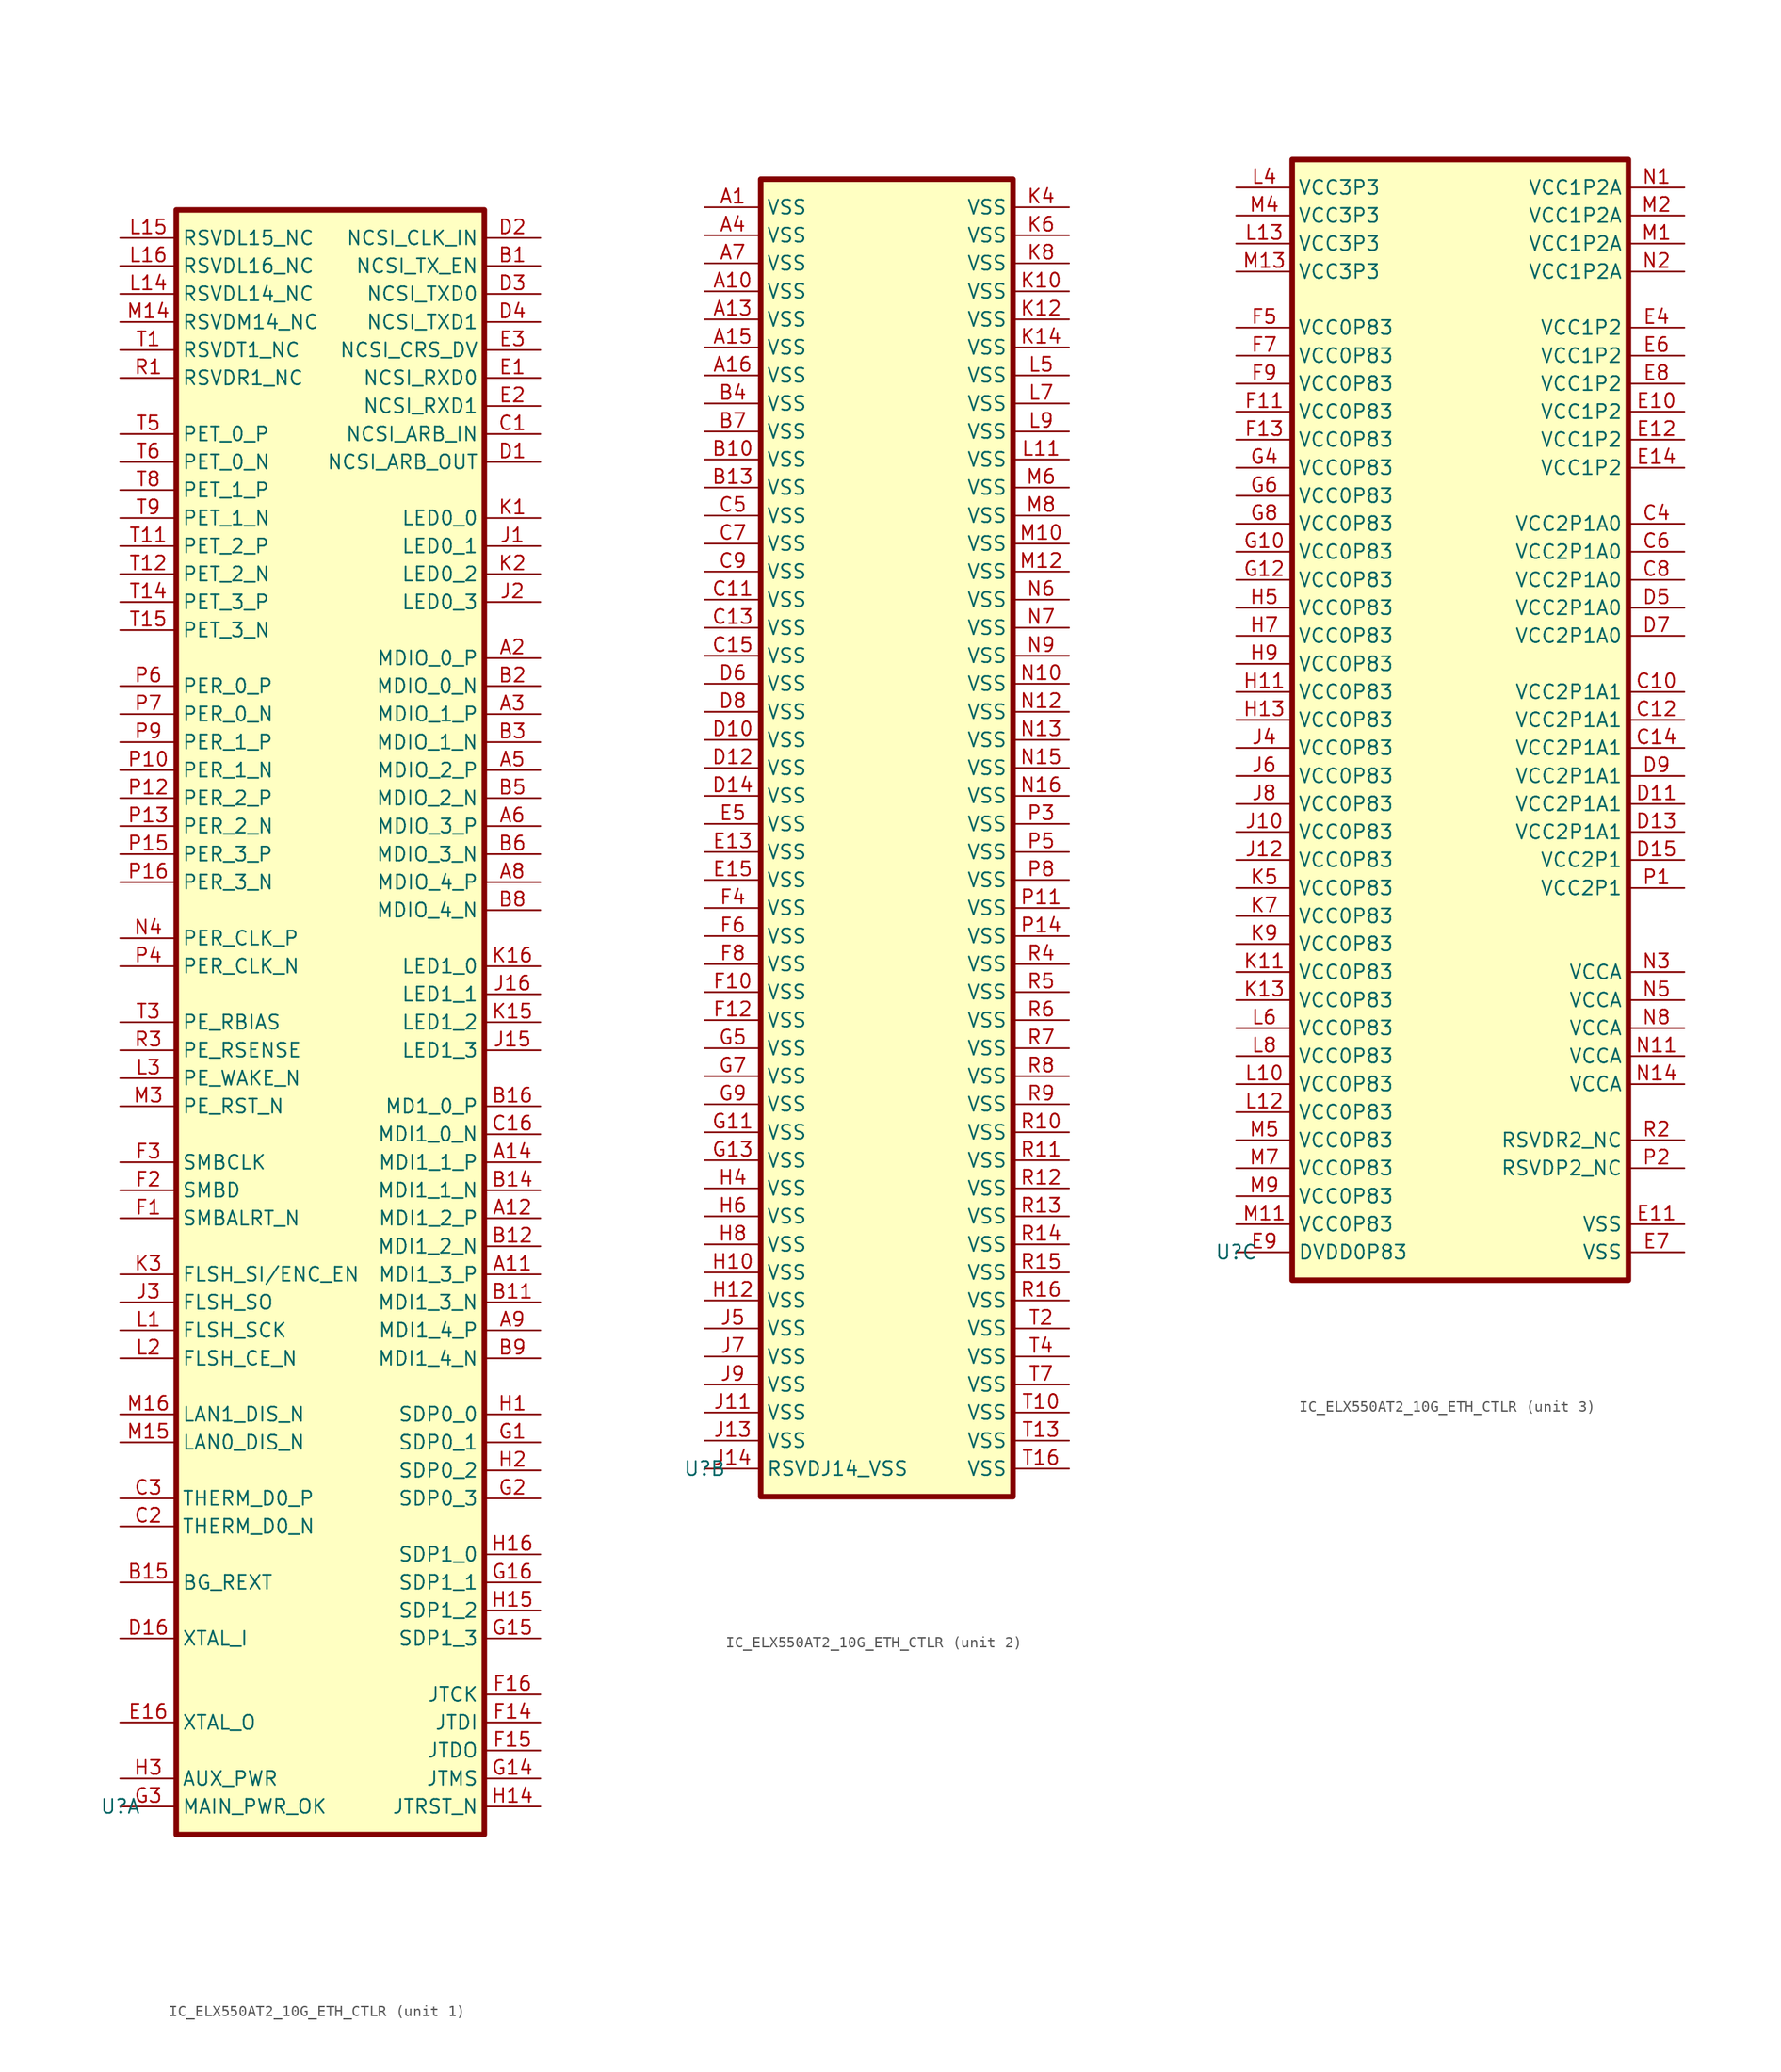
<source format=kicad_sym>
(kicad_symbol_lib
  (version 20241209)
  (generator "kicad_symbol_editor")
  (generator_version "9.0")
  (symbol "IC_ELX550AT2_10G_ETH_CTLR"
    (property "Reference" "U"
      (at 0 0 0)
      (effects (font (size 1.27 1.27))))
    (property "Value" ""
      (at -2.54 -2.54 0)
      (effects (font (size 1.27 1.27))))
    (property "ki_locked" ""
      (at 0 0 0)
      (effects (font (size 1.27 1.27))))
    (symbol "IC_ELX550AT2_10G_ETH_CTLR_1_1"
      (rectangle (start 5.08 144.78) (end 33.02 -2.54) (stroke (width 0.5) (type default)) (fill (type background)))
      (pin passive line (at 0 142.24 0) (length 5.08) (name "RSVDL15_NC" (effects (font (size 1.27 1.27)))) (number "L15" (effects (font (size 1.27 1.27)))))
      (pin passive line (at 0 139.7 0) (length 5.08) (name "RSVDL16_NC" (effects (font (size 1.27 1.27)))) (number "L16" (effects (font (size 1.27 1.27)))))
      (pin passive line (at 0 137.16 0) (length 5.08) (name "RSVDL14_NC" (effects (font (size 1.27 1.27)))) (number "L14" (effects (font (size 1.27 1.27)))))
      (pin passive line (at 0 134.62 0) (length 5.08) (name "RSVDM14_NC" (effects (font (size 1.27 1.27)))) (number "M14" (effects (font (size 1.27 1.27)))))
      (pin passive line (at 0 132.08 0) (length 5.08) (name "RSVDT1_NC" (effects (font (size 1.27 1.27)))) (number "T1" (effects (font (size 1.27 1.27)))))
      (pin passive line (at 0 129.54 0) (length 5.08) (name "RSVDR1_NC" (effects (font (size 1.27 1.27)))) (number "R1" (effects (font (size 1.27 1.27)))))
      (pin passive line (at 0 124.46 0) (length 5.08) (name "PET_0_P" (effects (font (size 1.27 1.27)))) (number "T5" (effects (font (size 1.27 1.27)))))
      (pin passive line (at 0 121.92 0) (length 5.08) (name "PET_0_N" (effects (font (size 1.27 1.27)))) (number "T6" (effects (font (size 1.27 1.27)))))
      (pin passive line (at 0 119.38 0) (length 5.08) (name "PET_1_P" (effects (font (size 1.27 1.27)))) (number "T8" (effects (font (size 1.27 1.27)))))
      (pin passive line (at 0 116.84 0) (length 5.08) (name "PET_1_N" (effects (font (size 1.27 1.27)))) (number "T9" (effects (font (size 1.27 1.27)))))
      (pin passive line (at 0 114.3 0) (length 5.08) (name "PET_2_P" (effects (font (size 1.27 1.27)))) (number "T11" (effects (font (size 1.27 1.27)))))
      (pin passive line (at 0 111.76 0) (length 5.08) (name "PET_2_N" (effects (font (size 1.27 1.27)))) (number "T12" (effects (font (size 1.27 1.27)))))
      (pin passive line (at 0 109.22 0) (length 5.08) (name "PET_3_P" (effects (font (size 1.27 1.27)))) (number "T14" (effects (font (size 1.27 1.27)))))
      (pin passive line (at 0 106.68 0) (length 5.08) (name "PET_3_N" (effects (font (size 1.27 1.27)))) (number "T15" (effects (font (size 1.27 1.27)))))
      (pin passive line (at 0 101.6 0) (length 5.08) (name "PER_0_P" (effects (font (size 1.27 1.27)))) (number "P6" (effects (font (size 1.27 1.27)))))
      (pin passive line (at 0 99.06 0) (length 5.08) (name "PER_0_N" (effects (font (size 1.27 1.27)))) (number "P7" (effects (font (size 1.27 1.27)))))
      (pin passive line (at 0 96.52 0) (length 5.08) (name "PER_1_P" (effects (font (size 1.27 1.27)))) (number "P9" (effects (font (size 1.27 1.27)))))
      (pin passive line (at 0 93.98 0) (length 5.08) (name "PER_1_N" (effects (font (size 1.27 1.27)))) (number "P10" (effects (font (size 1.27 1.27)))))
      (pin passive line (at 0 91.44 0) (length 5.08) (name "PER_2_P" (effects (font (size 1.27 1.27)))) (number "P12" (effects (font (size 1.27 1.27)))))
      (pin passive line (at 0 88.9 0) (length 5.08) (name "PER_2_N" (effects (font (size 1.27 1.27)))) (number "P13" (effects (font (size 1.27 1.27)))))
      (pin passive line (at 0 86.36 0) (length 5.08) (name "PER_3_P" (effects (font (size 1.27 1.27)))) (number "P15" (effects (font (size 1.27 1.27)))))
      (pin passive line (at 0 83.82 0) (length 5.08) (name "PER_3_N" (effects (font (size 1.27 1.27)))) (number "P16" (effects (font (size 1.27 1.27)))))
      (pin passive line (at 0 78.74 0) (length 5.08) (name "PER_CLK_P" (effects (font (size 1.27 1.27)))) (number "N4" (effects (font (size 1.27 1.27)))))
      (pin passive line (at 0 76.2 0) (length 5.08) (name "PER_CLK_N" (effects (font (size 1.27 1.27)))) (number "P4" (effects (font (size 1.27 1.27)))))
      (pin passive line (at 0 71.12 0) (length 5.08) (name "PE_RBIAS" (effects (font (size 1.27 1.27)))) (number "T3" (effects (font (size 1.27 1.27)))))
      (pin passive line (at 0 68.58 0) (length 5.08) (name "PE_RSENSE" (effects (font (size 1.27 1.27)))) (number "R3" (effects (font (size 1.27 1.27)))))
      (pin passive line (at 0 66.04 0) (length 5.08) (name "PE_WAKE_N" (effects (font (size 1.27 1.27)))) (number "L3" (effects (font (size 1.27 1.27)))))
      (pin passive line (at 0 63.5 0) (length 5.08) (name "PE_RST_N" (effects (font (size 1.27 1.27)))) (number "M3" (effects (font (size 1.27 1.27)))))
      (pin passive line (at 0 58.42 0) (length 5.08) (name "SMBCLK" (effects (font (size 1.27 1.27)))) (number "F3" (effects (font (size 1.27 1.27)))))
      (pin passive line (at 0 55.88 0) (length 5.08) (name "SMBD" (effects (font (size 1.27 1.27)))) (number "F2" (effects (font (size 1.27 1.27)))))
      (pin passive line (at 0 53.34 0) (length 5.08) (name "SMBALRT_N" (effects (font (size 1.27 1.27)))) (number "F1" (effects (font (size 1.27 1.27)))))
      (pin passive line (at 0 48.26 0) (length 5.08) (name "FLSH_SI/ENC_EN" (effects (font (size 1.27 1.27)))) (number "K3" (effects (font (size 1.27 1.27)))))
      (pin passive line (at 0 45.72 0) (length 5.08) (name "FLSH_SO" (effects (font (size 1.27 1.27)))) (number "J3" (effects (font (size 1.27 1.27)))))
      (pin passive line (at 0 43.18 0) (length 5.08) (name "FLSH_SCK" (effects (font (size 1.27 1.27)))) (number "L1" (effects (font (size 1.27 1.27)))))
      (pin passive line (at 0 40.64 0) (length 5.08) (name "FLSH_CE_N" (effects (font (size 1.27 1.27)))) (number "L2" (effects (font (size 1.27 1.27)))))
      (pin passive line (at 0 35.56 0) (length 5.08) (name "LAN1_DIS_N" (effects (font (size 1.27 1.27)))) (number "M16" (effects (font (size 1.27 1.27)))))
      (pin passive line (at 0 33.02 0) (length 5.08) (name "LAN0_DIS_N" (effects (font (size 1.27 1.27)))) (number "M15" (effects (font (size 1.27 1.27)))))
      (pin passive line (at 0 27.94 0) (length 5.08) (name "THERM_D0_P" (effects (font (size 1.27 1.27)))) (number "C3" (effects (font (size 1.27 1.27)))))
      (pin passive line (at 0 25.4 0) (length 5.08) (name "THERM_D0_N" (effects (font (size 1.27 1.27)))) (number "C2" (effects (font (size 1.27 1.27)))))
      (pin passive line (at 0 20.32 0) (length 5.08) (name "BG_REXT" (effects (font (size 1.27 1.27)))) (number "B15" (effects (font (size 1.27 1.27)))))
      (pin passive line (at 0 15.24 0) (length 5.08) (name "XTAL_I" (effects (font (size 1.27 1.27)))) (number "D16" (effects (font (size 1.27 1.27)))))
      (pin passive line (at 0 7.62 0) (length 5.08) (name "XTAL_O" (effects (font (size 1.27 1.27)))) (number "E16" (effects (font (size 1.27 1.27)))))
      (pin passive line (at 0 2.54 0) (length 5.08) (name "AUX_PWR" (effects (font (size 1.27 1.27)))) (number "H3" (effects (font (size 1.27 1.27)))))
      (pin passive line (at 0 0 0) (length 5.08) (name "MAIN_PWR_OK" (effects (font (size 1.27 1.27)))) (number "G3" (effects (font (size 1.27 1.27)))))
      (pin passive line (at 38.1 142.24 180) (length 5.08) (name "NCSI_CLK_IN" (effects (font (size 1.27 1.27)))) (number "D2" (effects (font (size 1.27 1.27)))))
      (pin passive line (at 38.1 139.7 180) (length 5.08) (name "NCSI_TX_EN" (effects (font (size 1.27 1.27)))) (number "B1" (effects (font (size 1.27 1.27)))))
      (pin passive line (at 38.1 137.16 180) (length 5.08) (name "NCSI_TXD0" (effects (font (size 1.27 1.27)))) (number "D3" (effects (font (size 1.27 1.27)))))
      (pin passive line (at 38.1 134.62 180) (length 5.08) (name "NCSI_TXD1" (effects (font (size 1.27 1.27)))) (number "D4" (effects (font (size 1.27 1.27)))))
      (pin passive line (at 38.1 132.08 180) (length 5.08) (name "NCSI_CRS_DV" (effects (font (size 1.27 1.27)))) (number "E3" (effects (font (size 1.27 1.27)))))
      (pin passive line (at 38.1 129.54 180) (length 5.08) (name "NCSI_RXD0" (effects (font (size 1.27 1.27)))) (number "E1" (effects (font (size 1.27 1.27)))))
      (pin passive line (at 38.1 127 180) (length 5.08) (name "NCSI_RXD1" (effects (font (size 1.27 1.27)))) (number "E2" (effects (font (size 1.27 1.27)))))
      (pin passive line (at 38.1 124.46 180) (length 5.08) (name "NCSI_ARB_IN" (effects (font (size 1.27 1.27)))) (number "C1" (effects (font (size 1.27 1.27)))))
      (pin passive line (at 38.1 121.92 180) (length 5.08) (name "NCSI_ARB_OUT" (effects (font (size 1.27 1.27)))) (number "D1" (effects (font (size 1.27 1.27)))))
      (pin passive line (at 38.1 116.84 180) (length 5.08) (name "LED0_0" (effects (font (size 1.27 1.27)))) (number "K1" (effects (font (size 1.27 1.27)))))
      (pin passive line (at 38.1 114.3 180) (length 5.08) (name "LED0_1" (effects (font (size 1.27 1.27)))) (number "J1" (effects (font (size 1.27 1.27)))))
      (pin passive line (at 38.1 111.76 180) (length 5.08) (name "LED0_2" (effects (font (size 1.27 1.27)))) (number "K2" (effects (font (size 1.27 1.27)))))
      (pin passive line (at 38.1 109.22 180) (length 5.08) (name "LED0_3" (effects (font (size 1.27 1.27)))) (number "J2" (effects (font (size 1.27 1.27)))))
      (pin passive line (at 38.1 104.14 180) (length 5.08) (name "MDIO_0_P" (effects (font (size 1.27 1.27)))) (number "A2" (effects (font (size 1.27 1.27)))))
      (pin passive line (at 38.1 101.6 180) (length 5.08) (name "MDIO_0_N" (effects (font (size 1.27 1.27)))) (number "B2" (effects (font (size 1.27 1.27)))))
      (pin passive line (at 38.1 99.06 180) (length 5.08) (name "MDIO_1_P" (effects (font (size 1.27 1.27)))) (number "A3" (effects (font (size 1.27 1.27)))))
      (pin passive line (at 38.1 96.52 180) (length 5.08) (name "MDIO_1_N" (effects (font (size 1.27 1.27)))) (number "B3" (effects (font (size 1.27 1.27)))))
      (pin passive line (at 38.1 93.98 180) (length 5.08) (name "MDIO_2_P" (effects (font (size 1.27 1.27)))) (number "A5" (effects (font (size 1.27 1.27)))))
      (pin passive line (at 38.1 91.44 180) (length 5.08) (name "MDIO_2_N" (effects (font (size 1.27 1.27)))) (number "B5" (effects (font (size 1.27 1.27)))))
      (pin passive line (at 38.1 88.9 180) (length 5.08) (name "MDIO_3_P" (effects (font (size 1.27 1.27)))) (number "A6" (effects (font (size 1.27 1.27)))))
      (pin passive line (at 38.1 86.36 180) (length 5.08) (name "MDIO_3_N" (effects (font (size 1.27 1.27)))) (number "B6" (effects (font (size 1.27 1.27)))))
      (pin passive line (at 38.1 83.82 180) (length 5.08) (name "MDIO_4_P" (effects (font (size 1.27 1.27)))) (number "A8" (effects (font (size 1.27 1.27)))))
      (pin passive line (at 38.1 81.28 180) (length 5.08) (name "MDIO_4_N" (effects (font (size 1.27 1.27)))) (number "B8" (effects (font (size 1.27 1.27)))))
      (pin passive line (at 38.1 76.2 180) (length 5.08) (name "LED1_0" (effects (font (size 1.27 1.27)))) (number "K16" (effects (font (size 1.27 1.27)))))
      (pin passive line (at 38.1 73.66 180) (length 5.08) (name "LED1_1" (effects (font (size 1.27 1.27)))) (number "J16" (effects (font (size 1.27 1.27)))))
      (pin passive line (at 38.1 71.12 180) (length 5.08) (name "LED1_2" (effects (font (size 1.27 1.27)))) (number "K15" (effects (font (size 1.27 1.27)))))
      (pin passive line (at 38.1 68.58 180) (length 5.08) (name "LED1_3" (effects (font (size 1.27 1.27)))) (number "J15" (effects (font (size 1.27 1.27)))))
      (pin passive line (at 38.1 63.5 180) (length 5.08) (name "MD1_0_P" (effects (font (size 1.27 1.27)))) (number "B16" (effects (font (size 1.27 1.27)))))
      (pin passive line (at 38.1 60.96 180) (length 5.08) (name "MDI1_0_N" (effects (font (size 1.27 1.27)))) (number "C16" (effects (font (size 1.27 1.27)))))
      (pin passive line (at 38.1 58.42 180) (length 5.08) (name "MDI1_1_P" (effects (font (size 1.27 1.27)))) (number "A14" (effects (font (size 1.27 1.27)))))
      (pin passive line (at 38.1 55.88 180) (length 5.08) (name "MDI1_1_N" (effects (font (size 1.27 1.27)))) (number "B14" (effects (font (size 1.27 1.27)))))
      (pin passive line (at 38.1 53.34 180) (length 5.08) (name "MDI1_2_P" (effects (font (size 1.27 1.27)))) (number "A12" (effects (font (size 1.27 1.27)))))
      (pin passive line (at 38.1 50.8 180) (length 5.08) (name "MDI1_2_N" (effects (font (size 1.27 1.27)))) (number "B12" (effects (font (size 1.27 1.27)))))
      (pin passive line (at 38.1 48.26 180) (length 5.08) (name "MDI1_3_P" (effects (font (size 1.27 1.27)))) (number "A11" (effects (font (size 1.27 1.27)))))
      (pin passive line (at 38.1 45.72 180) (length 5.08) (name "MDI1_3_N" (effects (font (size 1.27 1.27)))) (number "B11" (effects (font (size 1.27 1.27)))))
      (pin passive line (at 38.1 43.18 180) (length 5.08) (name "MDI1_4_P" (effects (font (size 1.27 1.27)))) (number "A9" (effects (font (size 1.27 1.27)))))
      (pin passive line (at 38.1 40.64 180) (length 5.08) (name "MDI1_4_N" (effects (font (size 1.27 1.27)))) (number "B9" (effects (font (size 1.27 1.27)))))
      (pin passive line (at 38.1 35.56 180) (length 5.08) (name "SDP0_0" (effects (font (size 1.27 1.27)))) (number "H1" (effects (font (size 1.27 1.27)))))
      (pin passive line (at 38.1 33.02 180) (length 5.08) (name "SDP0_1" (effects (font (size 1.27 1.27)))) (number "G1" (effects (font (size 1.27 1.27)))))
      (pin passive line (at 38.1 30.48 180) (length 5.08) (name "SDP0_2" (effects (font (size 1.27 1.27)))) (number "H2" (effects (font (size 1.27 1.27)))))
      (pin passive line (at 38.1 27.94 180) (length 5.08) (name "SDP0_3" (effects (font (size 1.27 1.27)))) (number "G2" (effects (font (size 1.27 1.27)))))
      (pin passive line (at 38.1 22.86 180) (length 5.08) (name "SDP1_0" (effects (font (size 1.27 1.27)))) (number "H16" (effects (font (size 1.27 1.27)))))
      (pin passive line (at 38.1 20.32 180) (length 5.08) (name "SDP1_1" (effects (font (size 1.27 1.27)))) (number "G16" (effects (font (size 1.27 1.27)))))
      (pin passive line (at 38.1 17.78 180) (length 5.08) (name "SDP1_2" (effects (font (size 1.27 1.27)))) (number "H15" (effects (font (size 1.27 1.27)))))
      (pin passive line (at 38.1 15.24 180) (length 5.08) (name "SDP1_3" (effects (font (size 1.27 1.27)))) (number "G15" (effects (font (size 1.27 1.27)))))
      (pin passive line (at 38.1 10.16 180) (length 5.08) (name "JTCK" (effects (font (size 1.27 1.27)))) (number "F16" (effects (font (size 1.27 1.27)))))
      (pin passive line (at 38.1 7.62 180) (length 5.08) (name "JTDI" (effects (font (size 1.27 1.27)))) (number "F14" (effects (font (size 1.27 1.27)))))
      (pin passive line (at 38.1 5.08 180) (length 5.08) (name "JTDO" (effects (font (size 1.27 1.27)))) (number "F15" (effects (font (size 1.27 1.27)))))
      (pin passive line (at 38.1 2.54 180) (length 5.08) (name "JTMS" (effects (font (size 1.27 1.27)))) (number "G14" (effects (font (size 1.27 1.27)))))
      (pin passive line (at 38.1 0 180) (length 5.08) (name "JTRST_N" (effects (font (size 1.27 1.27)))) (number "H14" (effects (font (size 1.27 1.27))))))
    (symbol "IC_ELX550AT2_10G_ETH_CTLR_2_1"
      (rectangle (start 5.08 116.84) (end 27.94 -2.54) (stroke (width 0.5) (type default)) (fill (type background)))
      (pin passive line (at 0 114.3 0) (length 5.08) (name "VSS" (effects (font (size 1.27 1.27)))) (number "A1" (effects (font (size 1.27 1.27)))))
      (pin passive line (at 0 111.76 0) (length 5.08) (name "VSS" (effects (font (size 1.27 1.27)))) (number "A4" (effects (font (size 1.27 1.27)))))
      (pin passive line (at 0 109.22 0) (length 5.08) (name "VSS" (effects (font (size 1.27 1.27)))) (number "A7" (effects (font (size 1.27 1.27)))))
      (pin passive line (at 0 106.68 0) (length 5.08) (name "VSS" (effects (font (size 1.27 1.27)))) (number "A10" (effects (font (size 1.27 1.27)))))
      (pin passive line (at 0 104.14 0) (length 5.08) (name "VSS" (effects (font (size 1.27 1.27)))) (number "A13" (effects (font (size 1.27 1.27)))))
      (pin passive line (at 0 101.6 0) (length 5.08) (name "VSS" (effects (font (size 1.27 1.27)))) (number "A15" (effects (font (size 1.27 1.27)))))
      (pin passive line (at 0 99.06 0) (length 5.08) (name "VSS" (effects (font (size 1.27 1.27)))) (number "A16" (effects (font (size 1.27 1.27)))))
      (pin passive line (at 0 96.52 0) (length 5.08) (name "VSS" (effects (font (size 1.27 1.27)))) (number "B4" (effects (font (size 1.27 1.27)))))
      (pin passive line (at 0 93.98 0) (length 5.08) (name "VSS" (effects (font (size 1.27 1.27)))) (number "B7" (effects (font (size 1.27 1.27)))))
      (pin passive line (at 0 91.44 0) (length 5.08) (name "VSS" (effects (font (size 1.27 1.27)))) (number "B10" (effects (font (size 1.27 1.27)))))
      (pin passive line (at 0 88.9 0) (length 5.08) (name "VSS" (effects (font (size 1.27 1.27)))) (number "B13" (effects (font (size 1.27 1.27)))))
      (pin passive line (at 0 86.36 0) (length 5.08) (name "VSS" (effects (font (size 1.27 1.27)))) (number "C5" (effects (font (size 1.27 1.27)))))
      (pin passive line (at 0 83.82 0) (length 5.08) (name "VSS" (effects (font (size 1.27 1.27)))) (number "C7" (effects (font (size 1.27 1.27)))))
      (pin passive line (at 0 81.28 0) (length 5.08) (name "VSS" (effects (font (size 1.27 1.27)))) (number "C9" (effects (font (size 1.27 1.27)))))
      (pin passive line (at 0 78.74 0) (length 5.08) (name "VSS" (effects (font (size 1.27 1.27)))) (number "C11" (effects (font (size 1.27 1.27)))))
      (pin passive line (at 0 76.2 0) (length 5.08) (name "VSS" (effects (font (size 1.27 1.27)))) (number "C13" (effects (font (size 1.27 1.27)))))
      (pin passive line (at 0 73.66 0) (length 5.08) (name "VSS" (effects (font (size 1.27 1.27)))) (number "C15" (effects (font (size 1.27 1.27)))))
      (pin passive line (at 0 71.12 0) (length 5.08) (name "VSS" (effects (font (size 1.27 1.27)))) (number "D6" (effects (font (size 1.27 1.27)))))
      (pin passive line (at 0 68.58 0) (length 5.08) (name "VSS" (effects (font (size 1.27 1.27)))) (number "D8" (effects (font (size 1.27 1.27)))))
      (pin passive line (at 0 66.04 0) (length 5.08) (name "VSS" (effects (font (size 1.27 1.27)))) (number "D10" (effects (font (size 1.27 1.27)))))
      (pin passive line (at 0 63.5 0) (length 5.08) (name "VSS" (effects (font (size 1.27 1.27)))) (number "D12" (effects (font (size 1.27 1.27)))))
      (pin passive line (at 0 60.96 0) (length 5.08) (name "VSS" (effects (font (size 1.27 1.27)))) (number "D14" (effects (font (size 1.27 1.27)))))
      (pin passive line (at 0 58.42 0) (length 5.08) (name "VSS" (effects (font (size 1.27 1.27)))) (number "E5" (effects (font (size 1.27 1.27)))))
      (pin passive line (at 0 55.88 0) (length 5.08) (name "VSS" (effects (font (size 1.27 1.27)))) (number "E13" (effects (font (size 1.27 1.27)))))
      (pin passive line (at 0 53.34 0) (length 5.08) (name "VSS" (effects (font (size 1.27 1.27)))) (number "E15" (effects (font (size 1.27 1.27)))))
      (pin passive line (at 0 50.8 0) (length 5.08) (name "VSS" (effects (font (size 1.27 1.27)))) (number "F4" (effects (font (size 1.27 1.27)))))
      (pin passive line (at 0 48.26 0) (length 5.08) (name "VSS" (effects (font (size 1.27 1.27)))) (number "F6" (effects (font (size 1.27 1.27)))))
      (pin passive line (at 0 45.72 0) (length 5.08) (name "VSS" (effects (font (size 1.27 1.27)))) (number "F8" (effects (font (size 1.27 1.27)))))
      (pin passive line (at 0 43.18 0) (length 5.08) (name "VSS" (effects (font (size 1.27 1.27)))) (number "F10" (effects (font (size 1.27 1.27)))))
      (pin passive line (at 0 40.64 0) (length 5.08) (name "VSS" (effects (font (size 1.27 1.27)))) (number "F12" (effects (font (size 1.27 1.27)))))
      (pin passive line (at 0 38.1 0) (length 5.08) (name "VSS" (effects (font (size 1.27 1.27)))) (number "G5" (effects (font (size 1.27 1.27)))))
      (pin passive line (at 0 35.56 0) (length 5.08) (name "VSS" (effects (font (size 1.27 1.27)))) (number "G7" (effects (font (size 1.27 1.27)))))
      (pin passive line (at 0 33.02 0) (length 5.08) (name "VSS" (effects (font (size 1.27 1.27)))) (number "G9" (effects (font (size 1.27 1.27)))))
      (pin passive line (at 0 30.48 0) (length 5.08) (name "VSS" (effects (font (size 1.27 1.27)))) (number "G11" (effects (font (size 1.27 1.27)))))
      (pin passive line (at 0 27.94 0) (length 5.08) (name "VSS" (effects (font (size 1.27 1.27)))) (number "G13" (effects (font (size 1.27 1.27)))))
      (pin passive line (at 0 25.4 0) (length 5.08) (name "VSS" (effects (font (size 1.27 1.27)))) (number "H4" (effects (font (size 1.27 1.27)))))
      (pin passive line (at 0 22.86 0) (length 5.08) (name "VSS" (effects (font (size 1.27 1.27)))) (number "H6" (effects (font (size 1.27 1.27)))))
      (pin passive line (at 0 20.32 0) (length 5.08) (name "VSS" (effects (font (size 1.27 1.27)))) (number "H8" (effects (font (size 1.27 1.27)))))
      (pin passive line (at 0 17.78 0) (length 5.08) (name "VSS" (effects (font (size 1.27 1.27)))) (number "H10" (effects (font (size 1.27 1.27)))))
      (pin passive line (at 0 15.24 0) (length 5.08) (name "VSS" (effects (font (size 1.27 1.27)))) (number "H12" (effects (font (size 1.27 1.27)))))
      (pin passive line (at 0 12.7 0) (length 5.08) (name "VSS" (effects (font (size 1.27 1.27)))) (number "J5" (effects (font (size 1.27 1.27)))))
      (pin passive line (at 0 10.16 0) (length 5.08) (name "VSS" (effects (font (size 1.27 1.27)))) (number "J7" (effects (font (size 1.27 1.27)))))
      (pin passive line (at 0 7.62 0) (length 5.08) (name "VSS" (effects (font (size 1.27 1.27)))) (number "J9" (effects (font (size 1.27 1.27)))))
      (pin passive line (at 0 5.08 0) (length 5.08) (name "VSS" (effects (font (size 1.27 1.27)))) (number "J11" (effects (font (size 1.27 1.27)))))
      (pin passive line (at 0 2.54 0) (length 5.08) (name "VSS" (effects (font (size 1.27 1.27)))) (number "J13" (effects (font (size 1.27 1.27)))))
      (pin passive line (at 0 0 0) (length 5.08) (name "RSVDJ14_VSS" (effects (font (size 1.27 1.27)))) (number "J14" (effects (font (size 1.27 1.27)))))
      (pin passive line (at 33.02 114.3 180) (length 5.08) (name "VSS" (effects (font (size 1.27 1.27)))) (number "K4" (effects (font (size 1.27 1.27)))))
      (pin passive line (at 33.02 111.76 180) (length 5.08) (name "VSS" (effects (font (size 1.27 1.27)))) (number "K6" (effects (font (size 1.27 1.27)))))
      (pin passive line (at 33.02 109.22 180) (length 5.08) (name "VSS" (effects (font (size 1.27 1.27)))) (number "K8" (effects (font (size 1.27 1.27)))))
      (pin passive line (at 33.02 106.68 180) (length 5.08) (name "VSS" (effects (font (size 1.27 1.27)))) (number "K10" (effects (font (size 1.27 1.27)))))
      (pin passive line (at 33.02 104.14 180) (length 5.08) (name "VSS" (effects (font (size 1.27 1.27)))) (number "K12" (effects (font (size 1.27 1.27)))))
      (pin passive line (at 33.02 101.6 180) (length 5.08) (name "VSS" (effects (font (size 1.27 1.27)))) (number "K14" (effects (font (size 1.27 1.27)))))
      (pin passive line (at 33.02 99.06 180) (length 5.08) (name "VSS" (effects (font (size 1.27 1.27)))) (number "L5" (effects (font (size 1.27 1.27)))))
      (pin passive line (at 33.02 96.52 180) (length 5.08) (name "VSS" (effects (font (size 1.27 1.27)))) (number "L7" (effects (font (size 1.27 1.27)))))
      (pin passive line (at 33.02 93.98 180) (length 5.08) (name "VSS" (effects (font (size 1.27 1.27)))) (number "L9" (effects (font (size 1.27 1.27)))))
      (pin passive line (at 33.02 91.44 180) (length 5.08) (name "VSS" (effects (font (size 1.27 1.27)))) (number "L11" (effects (font (size 1.27 1.27)))))
      (pin passive line (at 33.02 88.9 180) (length 5.08) (name "VSS" (effects (font (size 1.27 1.27)))) (number "M6" (effects (font (size 1.27 1.27)))))
      (pin passive line (at 33.02 86.36 180) (length 5.08) (name "VSS" (effects (font (size 1.27 1.27)))) (number "M8" (effects (font (size 1.27 1.27)))))
      (pin passive line (at 33.02 83.82 180) (length 5.08) (name "VSS" (effects (font (size 1.27 1.27)))) (number "M10" (effects (font (size 1.27 1.27)))))
      (pin passive line (at 33.02 81.28 180) (length 5.08) (name "VSS" (effects (font (size 1.27 1.27)))) (number "M12" (effects (font (size 1.27 1.27)))))
      (pin passive line (at 33.02 78.74 180) (length 5.08) (name "VSS" (effects (font (size 1.27 1.27)))) (number "N6" (effects (font (size 1.27 1.27)))))
      (pin passive line (at 33.02 76.2 180) (length 5.08) (name "VSS" (effects (font (size 1.27 1.27)))) (number "N7" (effects (font (size 1.27 1.27)))))
      (pin passive line (at 33.02 73.66 180) (length 5.08) (name "VSS" (effects (font (size 1.27 1.27)))) (number "N9" (effects (font (size 1.27 1.27)))))
      (pin passive line (at 33.02 71.12 180) (length 5.08) (name "VSS" (effects (font (size 1.27 1.27)))) (number "N10" (effects (font (size 1.27 1.27)))))
      (pin passive line (at 33.02 68.58 180) (length 5.08) (name "VSS" (effects (font (size 1.27 1.27)))) (number "N12" (effects (font (size 1.27 1.27)))))
      (pin passive line (at 33.02 66.04 180) (length 5.08) (name "VSS" (effects (font (size 1.27 1.27)))) (number "N13" (effects (font (size 1.27 1.27)))))
      (pin passive line (at 33.02 63.5 180) (length 5.08) (name "VSS" (effects (font (size 1.27 1.27)))) (number "N15" (effects (font (size 1.27 1.27)))))
      (pin passive line (at 33.02 60.96 180) (length 5.08) (name "VSS" (effects (font (size 1.27 1.27)))) (number "N16" (effects (font (size 1.27 1.27)))))
      (pin passive line (at 33.02 58.42 180) (length 5.08) (name "VSS" (effects (font (size 1.27 1.27)))) (number "P3" (effects (font (size 1.27 1.27)))))
      (pin passive line (at 33.02 55.88 180) (length 5.08) (name "VSS" (effects (font (size 1.27 1.27)))) (number "P5" (effects (font (size 1.27 1.27)))))
      (pin passive line (at 33.02 53.34 180) (length 5.08) (name "VSS" (effects (font (size 1.27 1.27)))) (number "P8" (effects (font (size 1.27 1.27)))))
      (pin passive line (at 33.02 50.8 180) (length 5.08) (name "VSS" (effects (font (size 1.27 1.27)))) (number "P11" (effects (font (size 1.27 1.27)))))
      (pin passive line (at 33.02 48.26 180) (length 5.08) (name "VSS" (effects (font (size 1.27 1.27)))) (number "P14" (effects (font (size 1.27 1.27)))))
      (pin passive line (at 33.02 45.72 180) (length 5.08) (name "VSS" (effects (font (size 1.27 1.27)))) (number "R4" (effects (font (size 1.27 1.27)))))
      (pin passive line (at 33.02 43.18 180) (length 5.08) (name "VSS" (effects (font (size 1.27 1.27)))) (number "R5" (effects (font (size 1.27 1.27)))))
      (pin passive line (at 33.02 40.64 180) (length 5.08) (name "VSS" (effects (font (size 1.27 1.27)))) (number "R6" (effects (font (size 1.27 1.27)))))
      (pin passive line (at 33.02 38.1 180) (length 5.08) (name "VSS" (effects (font (size 1.27 1.27)))) (number "R7" (effects (font (size 1.27 1.27)))))
      (pin passive line (at 33.02 35.56 180) (length 5.08) (name "VSS" (effects (font (size 1.27 1.27)))) (number "R8" (effects (font (size 1.27 1.27)))))
      (pin passive line (at 33.02 33.02 180) (length 5.08) (name "VSS" (effects (font (size 1.27 1.27)))) (number "R9" (effects (font (size 1.27 1.27)))))
      (pin passive line (at 33.02 30.48 180) (length 5.08) (name "VSS" (effects (font (size 1.27 1.27)))) (number "R10" (effects (font (size 1.27 1.27)))))
      (pin passive line (at 33.02 27.94 180) (length 5.08) (name "VSS" (effects (font (size 1.27 1.27)))) (number "R11" (effects (font (size 1.27 1.27)))))
      (pin passive line (at 33.02 25.4 180) (length 5.08) (name "VSS" (effects (font (size 1.27 1.27)))) (number "R12" (effects (font (size 1.27 1.27)))))
      (pin passive line (at 33.02 22.86 180) (length 5.08) (name "VSS" (effects (font (size 1.27 1.27)))) (number "R13" (effects (font (size 1.27 1.27)))))
      (pin passive line (at 33.02 20.32 180) (length 5.08) (name "VSS" (effects (font (size 1.27 1.27)))) (number "R14" (effects (font (size 1.27 1.27)))))
      (pin passive line (at 33.02 17.78 180) (length 5.08) (name "VSS" (effects (font (size 1.27 1.27)))) (number "R15" (effects (font (size 1.27 1.27)))))
      (pin passive line (at 33.02 15.24 180) (length 5.08) (name "VSS" (effects (font (size 1.27 1.27)))) (number "R16" (effects (font (size 1.27 1.27)))))
      (pin passive line (at 33.02 12.7 180) (length 5.08) (name "VSS" (effects (font (size 1.27 1.27)))) (number "T2" (effects (font (size 1.27 1.27)))))
      (pin passive line (at 33.02 10.16 180) (length 5.08) (name "VSS" (effects (font (size 1.27 1.27)))) (number "T4" (effects (font (size 1.27 1.27)))))
      (pin passive line (at 33.02 7.62 180) (length 5.08) (name "VSS" (effects (font (size 1.27 1.27)))) (number "T7" (effects (font (size 1.27 1.27)))))
      (pin passive line (at 33.02 5.08 180) (length 5.08) (name "VSS" (effects (font (size 1.27 1.27)))) (number "T10" (effects (font (size 1.27 1.27)))))
      (pin passive line (at 33.02 2.54 180) (length 5.08) (name "VSS" (effects (font (size 1.27 1.27)))) (number "T13" (effects (font (size 1.27 1.27)))))
      (pin passive line (at 33.02 0 180) (length 5.08) (name "VSS" (effects (font (size 1.27 1.27)))) (number "T16" (effects (font (size 1.27 1.27))))))
    (symbol "IC_ELX550AT2_10G_ETH_CTLR_3_1"
      (rectangle (start 5.08 99.06) (end 35.56 -2.54) (stroke (width 0.5) (type default)) (fill (type background)))
      (pin passive line (at 0 96.52 0) (length 5.08) (name "VCC3P3" (effects (font (size 1.27 1.27)))) (number "L4" (effects (font (size 1.27 1.27)))))
      (pin passive line (at 0 93.98 0) (length 5.08) (name "VCC3P3" (effects (font (size 1.27 1.27)))) (number "M4" (effects (font (size 1.27 1.27)))))
      (pin passive line (at 0 91.44 0) (length 5.08) (name "VCC3P3" (effects (font (size 1.27 1.27)))) (number "L13" (effects (font (size 1.27 1.27)))))
      (pin passive line (at 0 88.9 0) (length 5.08) (name "VCC3P3" (effects (font (size 1.27 1.27)))) (number "M13" (effects (font (size 1.27 1.27)))))
      (pin passive line (at 0 83.82 0) (length 5.08) (name "VCC0P83" (effects (font (size 1.27 1.27)))) (number "F5" (effects (font (size 1.27 1.27)))))
      (pin passive line (at 0 81.28 0) (length 5.08) (name "VCC0P83" (effects (font (size 1.27 1.27)))) (number "F7" (effects (font (size 1.27 1.27)))))
      (pin passive line (at 0 78.74 0) (length 5.08) (name "VCC0P83" (effects (font (size 1.27 1.27)))) (number "F9" (effects (font (size 1.27 1.27)))))
      (pin passive line (at 0 76.2 0) (length 5.08) (name "VCC0P83" (effects (font (size 1.27 1.27)))) (number "F11" (effects (font (size 1.27 1.27)))))
      (pin passive line (at 0 73.66 0) (length 5.08) (name "VCC0P83" (effects (font (size 1.27 1.27)))) (number "F13" (effects (font (size 1.27 1.27)))))
      (pin passive line (at 0 71.12 0) (length 5.08) (name "VCC0P83" (effects (font (size 1.27 1.27)))) (number "G4" (effects (font (size 1.27 1.27)))))
      (pin passive line (at 0 68.58 0) (length 5.08) (name "VCC0P83" (effects (font (size 1.27 1.27)))) (number "G6" (effects (font (size 1.27 1.27)))))
      (pin passive line (at 0 66.04 0) (length 5.08) (name "VCC0P83" (effects (font (size 1.27 1.27)))) (number "G8" (effects (font (size 1.27 1.27)))))
      (pin passive line (at 0 63.5 0) (length 5.08) (name "VCC0P83" (effects (font (size 1.27 1.27)))) (number "G10" (effects (font (size 1.27 1.27)))))
      (pin passive line (at 0 60.96 0) (length 5.08) (name "VCC0P83" (effects (font (size 1.27 1.27)))) (number "G12" (effects (font (size 1.27 1.27)))))
      (pin passive line (at 0 58.42 0) (length 5.08) (name "VCC0P83" (effects (font (size 1.27 1.27)))) (number "H5" (effects (font (size 1.27 1.27)))))
      (pin passive line (at 0 55.88 0) (length 5.08) (name "VCC0P83" (effects (font (size 1.27 1.27)))) (number "H7" (effects (font (size 1.27 1.27)))))
      (pin passive line (at 0 53.34 0) (length 5.08) (name "VCC0P83" (effects (font (size 1.27 1.27)))) (number "H9" (effects (font (size 1.27 1.27)))))
      (pin passive line (at 0 50.8 0) (length 5.08) (name "VCC0P83" (effects (font (size 1.27 1.27)))) (number "H11" (effects (font (size 1.27 1.27)))))
      (pin passive line (at 0 48.26 0) (length 5.08) (name "VCC0P83" (effects (font (size 1.27 1.27)))) (number "H13" (effects (font (size 1.27 1.27)))))
      (pin passive line (at 0 45.72 0) (length 5.08) (name "VCC0P83" (effects (font (size 1.27 1.27)))) (number "J4" (effects (font (size 1.27 1.27)))))
      (pin passive line (at 0 43.18 0) (length 5.08) (name "VCC0P83" (effects (font (size 1.27 1.27)))) (number "J6" (effects (font (size 1.27 1.27)))))
      (pin passive line (at 0 40.64 0) (length 5.08) (name "VCC0P83" (effects (font (size 1.27 1.27)))) (number "J8" (effects (font (size 1.27 1.27)))))
      (pin passive line (at 0 38.1 0) (length 5.08) (name "VCC0P83" (effects (font (size 1.27 1.27)))) (number "J10" (effects (font (size 1.27 1.27)))))
      (pin passive line (at 0 35.56 0) (length 5.08) (name "VCC0P83" (effects (font (size 1.27 1.27)))) (number "J12" (effects (font (size 1.27 1.27)))))
      (pin passive line (at 0 33.02 0) (length 5.08) (name "VCC0P83" (effects (font (size 1.27 1.27)))) (number "K5" (effects (font (size 1.27 1.27)))))
      (pin passive line (at 0 30.48 0) (length 5.08) (name "VCC0P83" (effects (font (size 1.27 1.27)))) (number "K7" (effects (font (size 1.27 1.27)))))
      (pin passive line (at 0 27.94 0) (length 5.08) (name "VCC0P83" (effects (font (size 1.27 1.27)))) (number "K9" (effects (font (size 1.27 1.27)))))
      (pin passive line (at 0 25.4 0) (length 5.08) (name "VCC0P83" (effects (font (size 1.27 1.27)))) (number "K11" (effects (font (size 1.27 1.27)))))
      (pin passive line (at 0 22.86 0) (length 5.08) (name "VCC0P83" (effects (font (size 1.27 1.27)))) (number "K13" (effects (font (size 1.27 1.27)))))
      (pin passive line (at 0 20.32 0) (length 5.08) (name "VCC0P83" (effects (font (size 1.27 1.27)))) (number "L6" (effects (font (size 1.27 1.27)))))
      (pin passive line (at 0 17.78 0) (length 5.08) (name "VCC0P83" (effects (font (size 1.27 1.27)))) (number "L8" (effects (font (size 1.27 1.27)))))
      (pin passive line (at 0 15.24 0) (length 5.08) (name "VCC0P83" (effects (font (size 1.27 1.27)))) (number "L10" (effects (font (size 1.27 1.27)))))
      (pin passive line (at 0 12.7 0) (length 5.08) (name "VCC0P83" (effects (font (size 1.27 1.27)))) (number "L12" (effects (font (size 1.27 1.27)))))
      (pin passive line (at 0 10.16 0) (length 5.08) (name "VCC0P83" (effects (font (size 1.27 1.27)))) (number "M5" (effects (font (size 1.27 1.27)))))
      (pin passive line (at 0 7.62 0) (length 5.08) (name "VCC0P83" (effects (font (size 1.27 1.27)))) (number "M7" (effects (font (size 1.27 1.27)))))
      (pin passive line (at 0 5.08 0) (length 5.08) (name "VCC0P83" (effects (font (size 1.27 1.27)))) (number "M9" (effects (font (size 1.27 1.27)))))
      (pin passive line (at 0 2.54 0) (length 5.08) (name "VCC0P83" (effects (font (size 1.27 1.27)))) (number "M11" (effects (font (size 1.27 1.27)))))
      (pin passive line (at 0 0 0) (length 5.08) (name "DVDD0P83" (effects (font (size 1.27 1.27)))) (number "E9" (effects (font (size 1.27 1.27)))))
      (pin passive line (at 40.64 96.52 180) (length 5.08) (name "VCC1P2A" (effects (font (size 1.27 1.27)))) (number "N1" (effects (font (size 1.27 1.27)))))
      (pin passive line (at 40.64 93.98 180) (length 5.08) (name "VCC1P2A" (effects (font (size 1.27 1.27)))) (number "M2" (effects (font (size 1.27 1.27)))))
      (pin passive line (at 40.64 91.44 180) (length 5.08) (name "VCC1P2A" (effects (font (size 1.27 1.27)))) (number "M1" (effects (font (size 1.27 1.27)))))
      (pin passive line (at 40.64 88.9 180) (length 5.08) (name "VCC1P2A" (effects (font (size 1.27 1.27)))) (number "N2" (effects (font (size 1.27 1.27)))))
      (pin passive line (at 40.64 83.82 180) (length 5.08) (name "VCC1P2" (effects (font (size 1.27 1.27)))) (number "E4" (effects (font (size 1.27 1.27)))))
      (pin passive line (at 40.64 81.28 180) (length 5.08) (name "VCC1P2" (effects (font (size 1.27 1.27)))) (number "E6" (effects (font (size 1.27 1.27)))))
      (pin passive line (at 40.64 78.74 180) (length 5.08) (name "VCC1P2" (effects (font (size 1.27 1.27)))) (number "E8" (effects (font (size 1.27 1.27)))))
      (pin passive line (at 40.64 76.2 180) (length 5.08) (name "VCC1P2" (effects (font (size 1.27 1.27)))) (number "E10" (effects (font (size 1.27 1.27)))))
      (pin passive line (at 40.64 73.66 180) (length 5.08) (name "VCC1P2" (effects (font (size 1.27 1.27)))) (number "E12" (effects (font (size 1.27 1.27)))))
      (pin passive line (at 40.64 71.12 180) (length 5.08) (name "VCC1P2" (effects (font (size 1.27 1.27)))) (number "E14" (effects (font (size 1.27 1.27)))))
      (pin passive line (at 40.64 66.04 180) (length 5.08) (name "VCC2P1A0" (effects (font (size 1.27 1.27)))) (number "C4" (effects (font (size 1.27 1.27)))))
      (pin passive line (at 40.64 63.5 180) (length 5.08) (name "VCC2P1A0" (effects (font (size 1.27 1.27)))) (number "C6" (effects (font (size 1.27 1.27)))))
      (pin passive line (at 40.64 60.96 180) (length 5.08) (name "VCC2P1A0" (effects (font (size 1.27 1.27)))) (number "C8" (effects (font (size 1.27 1.27)))))
      (pin passive line (at 40.64 58.42 180) (length 5.08) (name "VCC2P1A0" (effects (font (size 1.27 1.27)))) (number "D5" (effects (font (size 1.27 1.27)))))
      (pin passive line (at 40.64 55.88 180) (length 5.08) (name "VCC2P1A0" (effects (font (size 1.27 1.27)))) (number "D7" (effects (font (size 1.27 1.27)))))
      (pin passive line (at 40.64 50.8 180) (length 5.08) (name "VCC2P1A1" (effects (font (size 1.27 1.27)))) (number "C10" (effects (font (size 1.27 1.27)))))
      (pin passive line (at 40.64 48.26 180) (length 5.08) (name "VCC2P1A1" (effects (font (size 1.27 1.27)))) (number "C12" (effects (font (size 1.27 1.27)))))
      (pin passive line (at 40.64 45.72 180) (length 5.08) (name "VCC2P1A1" (effects (font (size 1.27 1.27)))) (number "C14" (effects (font (size 1.27 1.27)))))
      (pin passive line (at 40.64 43.18 180) (length 5.08) (name "VCC2P1A1" (effects (font (size 1.27 1.27)))) (number "D9" (effects (font (size 1.27 1.27)))))
      (pin passive line (at 40.64 40.64 180) (length 5.08) (name "VCC2P1A1" (effects (font (size 1.27 1.27)))) (number "D11" (effects (font (size 1.27 1.27)))))
      (pin passive line (at 40.64 38.1 180) (length 5.08) (name "VCC2P1A1" (effects (font (size 1.27 1.27)))) (number "D13" (effects (font (size 1.27 1.27)))))
      (pin passive line (at 40.64 35.56 180) (length 5.08) (name "VCC2P1" (effects (font (size 1.27 1.27)))) (number "D15" (effects (font (size 1.27 1.27)))))
      (pin passive line (at 40.64 33.02 180) (length 5.08) (name "VCC2P1" (effects (font (size 1.27 1.27)))) (number "P1" (effects (font (size 1.27 1.27)))))
      (pin passive line (at 40.64 25.4 180) (length 5.08) (name "VCCA" (effects (font (size 1.27 1.27)))) (number "N3" (effects (font (size 1.27 1.27)))))
      (pin passive line (at 40.64 22.86 180) (length 5.08) (name "VCCA" (effects (font (size 1.27 1.27)))) (number "N5" (effects (font (size 1.27 1.27)))))
      (pin passive line (at 40.64 20.32 180) (length 5.08) (name "VCCA" (effects (font (size 1.27 1.27)))) (number "N8" (effects (font (size 1.27 1.27)))))
      (pin passive line (at 40.64 17.78 180) (length 5.08) (name "VCCA" (effects (font (size 1.27 1.27)))) (number "N11" (effects (font (size 1.27 1.27)))))
      (pin passive line (at 40.64 15.24 180) (length 5.08) (name "VCCA" (effects (font (size 1.27 1.27)))) (number "N14" (effects (font (size 1.27 1.27)))))
      (pin passive line (at 40.64 10.16 180) (length 5.08) (name "RSVDR2_NC" (effects (font (size 1.27 1.27)))) (number "R2" (effects (font (size 1.27 1.27)))))
      (pin passive line (at 40.64 7.62 180) (length 5.08) (name "RSVDP2_NC" (effects (font (size 1.27 1.27)))) (number "P2" (effects (font (size 1.27 1.27)))))
      (pin passive line (at 40.64 2.54 180) (length 5.08) (name "VSS" (effects (font (size 1.27 1.27)))) (number "E11" (effects (font (size 1.27 1.27)))))
      (pin passive line (at 40.64 0 180) (length 5.08) (name "VSS" (effects (font (size 1.27 1.27)))) (number "E7" (effects (font (size 1.27 1.27))))))))
</source>
